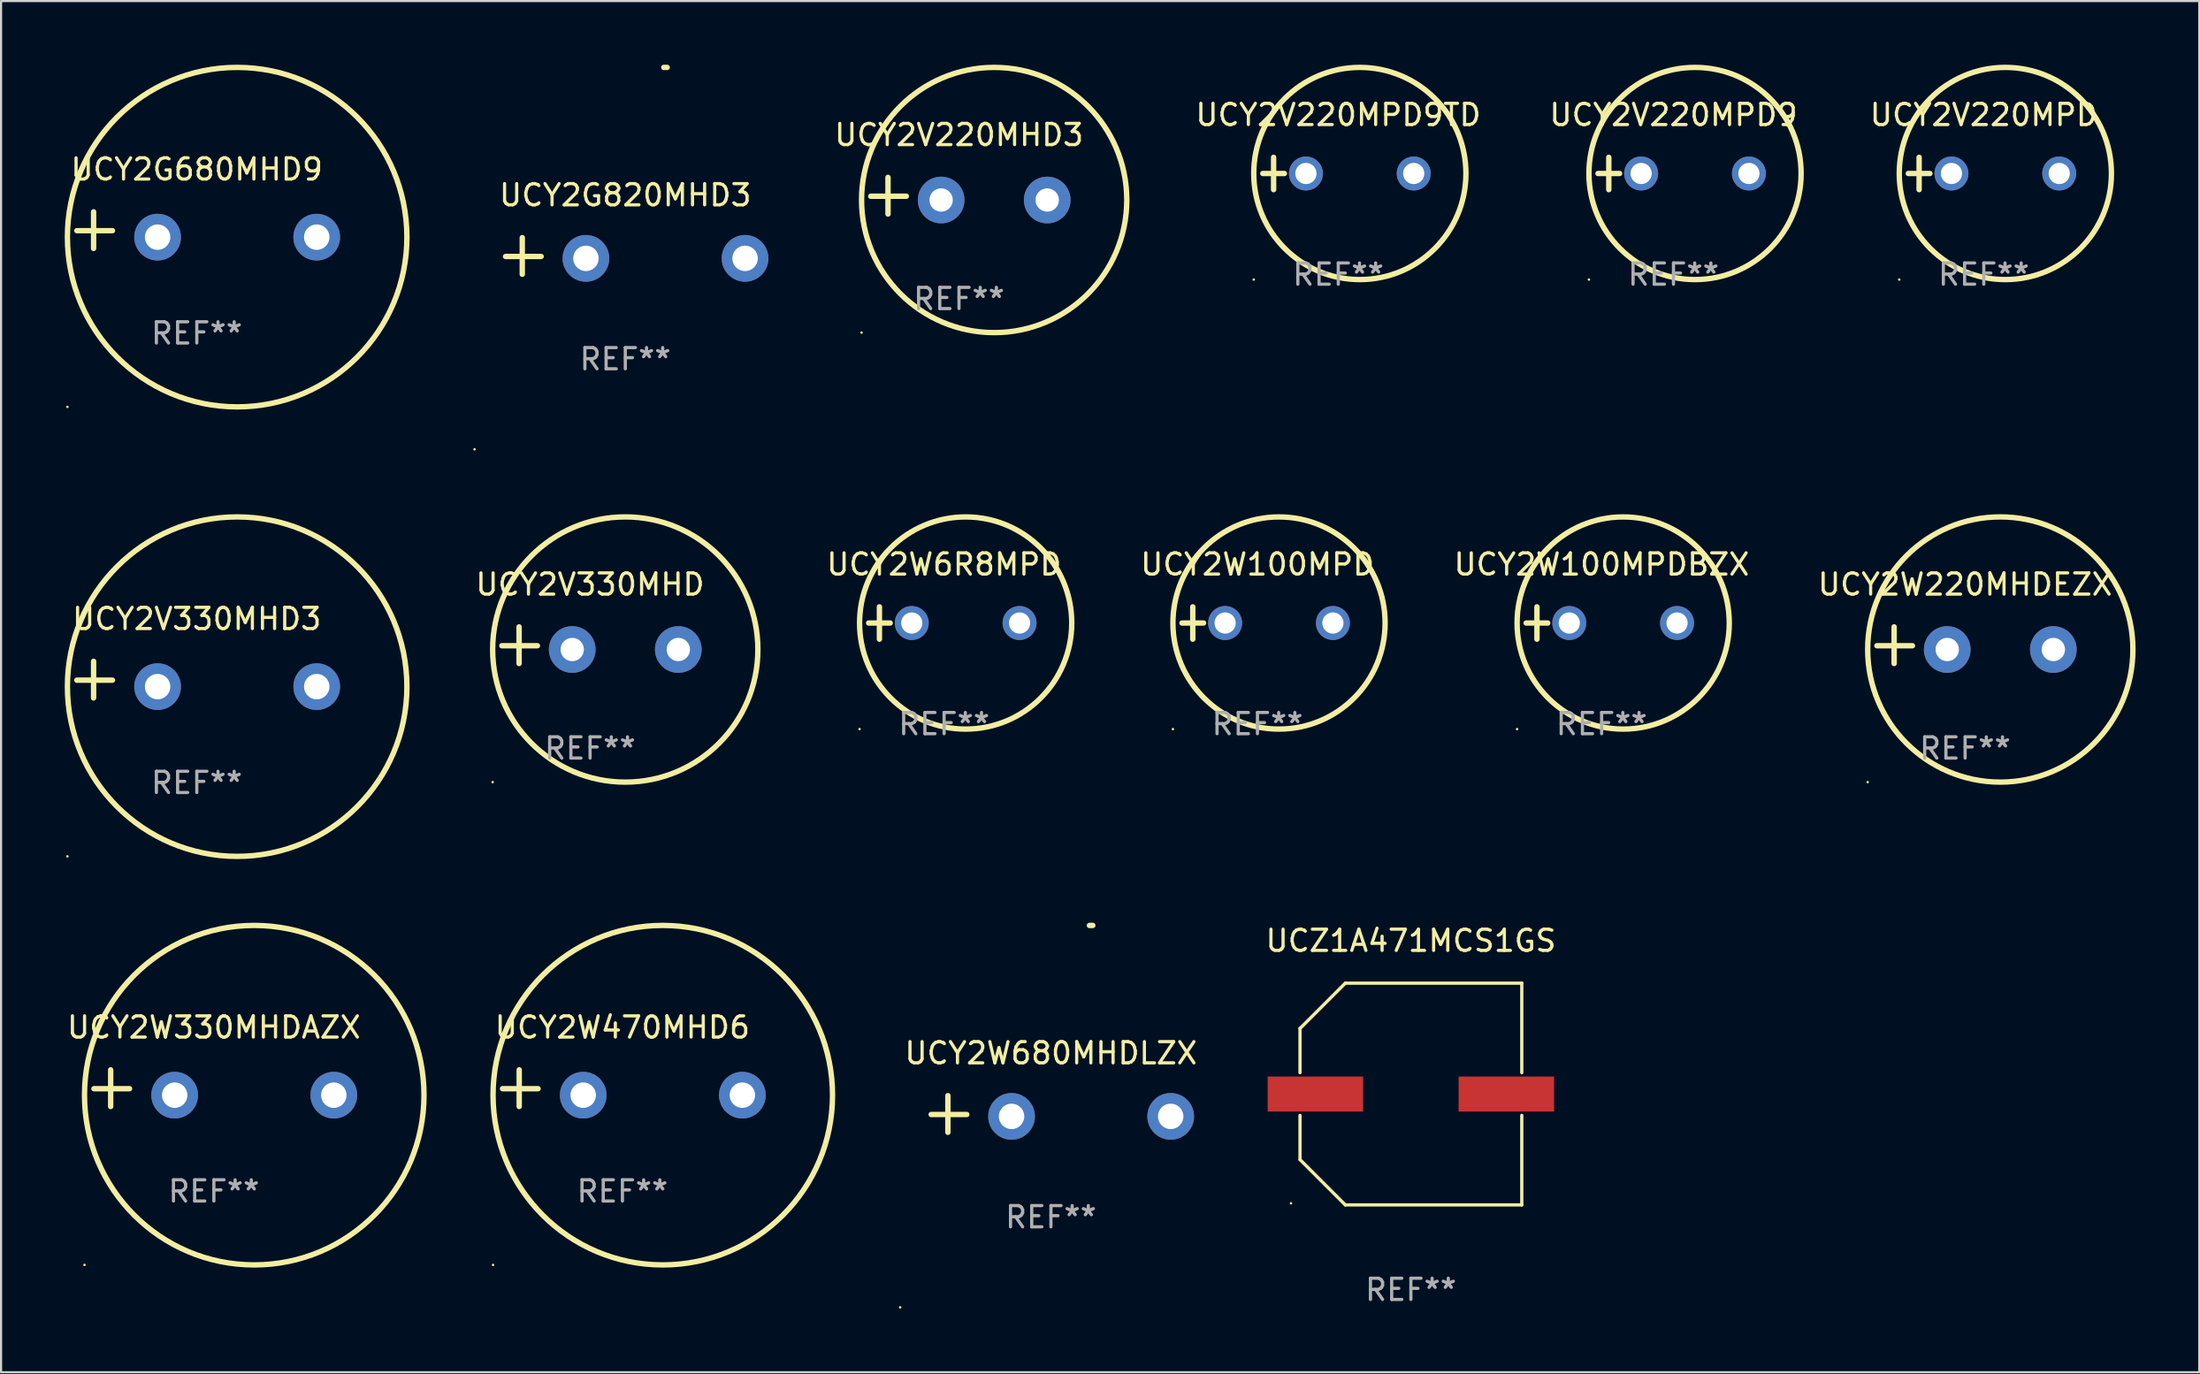
<source format=kicad_pcb>
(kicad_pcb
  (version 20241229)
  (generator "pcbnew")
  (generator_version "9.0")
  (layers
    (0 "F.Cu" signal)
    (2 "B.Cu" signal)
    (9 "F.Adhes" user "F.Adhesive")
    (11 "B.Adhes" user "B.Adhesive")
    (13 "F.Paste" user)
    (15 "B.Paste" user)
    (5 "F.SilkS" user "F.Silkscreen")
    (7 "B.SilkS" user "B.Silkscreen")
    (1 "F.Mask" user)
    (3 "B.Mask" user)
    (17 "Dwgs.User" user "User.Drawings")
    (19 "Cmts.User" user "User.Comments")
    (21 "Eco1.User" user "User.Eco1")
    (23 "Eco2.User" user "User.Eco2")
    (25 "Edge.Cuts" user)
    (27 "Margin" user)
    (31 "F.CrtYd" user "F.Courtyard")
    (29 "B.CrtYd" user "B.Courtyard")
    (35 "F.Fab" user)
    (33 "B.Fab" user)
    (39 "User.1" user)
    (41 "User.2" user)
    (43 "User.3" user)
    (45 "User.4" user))
  (footprint "UCY2W6R8MPD"
    (layer "F.Cu")
    (at 41.444 26.314)
    (property "Reference" "UCY2W6R8MPD" (at 0 -2.762 0) (layer "F.SilkS") (effects (font (size 1 1) (thickness 0.15))))
    (attr through_hole)
    (fp_line (start -3.556 0) (end -2.54 0) (stroke (width 0.254) (type solid)) (layer "F.SilkS"))
    (fp_line (start -3.048 -0.762) (end -3.048 0.762) (stroke (width 0.254) (type solid)) (layer "F.SilkS"))
    (fp_circle (center -3.984 5) (end -3.954 5) (stroke (width 0.06) (type solid)) (fill no) (layer "F.SilkS"))
    (fp_circle (center 1.016 0) (end 6.016 0) (stroke (width 0.254) (type solid)) (fill no) (layer "F.SilkS"))
    (fp_text user "REF**" (at 0 4.762 0) (layer "F.Fab") (effects (font (size 1 1) (thickness 0.15))))
    (pad "1" thru_hole circle (at -1.524 0) (size 1.6 1.6) (drill 1) (layers "*.Cu" "*.Mask"))
    (pad "2" thru_hole circle (at 3.556 0) (size 1.6 1.6) (drill 1) (layers "*.Cu" "*.Mask")))
  (footprint "UCY2G820MHD3"
    (layer "F.Cu")
    (at 26.42 9.013)
    (property "Reference" "UCY2G820MHD3" (at 0 -2.864 0) (layer "F.SilkS") (effects (font (size 1 1) (thickness 0.15))))
    (attr through_hole)
    (fp_line (start -4.856 0.864) (end -4.856 -0.864) (stroke (width 0.254) (type solid)) (layer "F.SilkS"))
    (fp_line (start -3.967 0.025) (end -5.644 0.025) (stroke (width 0.254) (type solid)) (layer "F.SilkS"))
    (fp_arc (start 1.815024 -8.885649) (mid 1.893764 -8.88599) (end 1.972504 -8.885649) (stroke (width 0.254001) (type solid)) (layer "F.SilkS"))
    (fp_circle (center -7.106 9.114) (end -7.076 9.114) (stroke (width 0.06) (type solid)) (fill no) (layer "F.SilkS"))
    (fp_text user "REF**" (at 0 4.864 0) (layer "F.Fab") (effects (font (size 1 1) (thickness 0.15))))
    (pad "1" thru_hole circle (at -1.856 0.114) (size 2.2 2.2) (drill 1.2) (layers "*.Cu" "*.Mask"))
    (pad "2" thru_hole circle (at 5.644 0.114) (size 2.2 2.2) (drill 1.2) (layers "*.Cu" "*.Mask")))
  (footprint "UCY2V220MPD9"
    (layer "F.Cu")
    (at 75.818 5.127)
    (property "Reference" "UCY2V220MPD9" (at 0 -2.762 0) (layer "F.SilkS") (effects (font (size 1 1) (thickness 0.15))))
    (attr through_hole)
    (fp_line (start -3.556 0) (end -2.54 0) (stroke (width 0.254) (type solid)) (layer "F.SilkS"))
    (fp_line (start -3.048 -0.762) (end -3.048 0.762) (stroke (width 0.254) (type solid)) (layer "F.SilkS"))
    (fp_circle (center -3.984 5) (end -3.954 5) (stroke (width 0.06) (type solid)) (fill no) (layer "F.SilkS"))
    (fp_circle (center 1.016 0) (end 6.016 0) (stroke (width 0.254) (type solid)) (fill no) (layer "F.SilkS"))
    (fp_text user "REF**" (at 0 4.762 0) (layer "F.Fab") (effects (font (size 1 1) (thickness 0.15))))
    (pad "1" thru_hole circle (at -1.524 0) (size 1.6 1.6) (drill 1) (layers "*.Cu" "*.Mask"))
    (pad "2" thru_hole circle (at 3.556 0) (size 1.6 1.6) (drill 1) (layers "*.Cu" "*.Mask")))
  (footprint "UCY2V220MPD9TD"
    (layer "F.Cu")
    (at 60.021 5.127)
    (property "Reference" "UCY2V220MPD9TD" (at 0 -2.762 0) (layer "F.SilkS") (effects (font (size 1 1) (thickness 0.15))))
    (attr through_hole)
    (fp_line (start -3.556 0) (end -2.54 0) (stroke (width 0.254) (type solid)) (layer "F.SilkS"))
    (fp_line (start -3.048 -0.762) (end -3.048 0.762) (stroke (width 0.254) (type solid)) (layer "F.SilkS"))
    (fp_circle (center -3.984 5) (end -3.954 5) (stroke (width 0.06) (type solid)) (fill no) (layer "F.SilkS"))
    (fp_circle (center 1.016 0) (end 6.016 0) (stroke (width 0.254) (type solid)) (fill no) (layer "F.SilkS"))
    (fp_text user "REF**" (at 0 4.762 0) (layer "F.Fab") (effects (font (size 1 1) (thickness 0.15))))
    (pad "1" thru_hole circle (at -1.524 0) (size 1.6 1.6) (drill 1) (layers "*.Cu" "*.Mask"))
    (pad "2" thru_hole circle (at 3.556 0) (size 1.6 1.6) (drill 1) (layers "*.Cu" "*.Mask")))
  (footprint "UCY2W100MPD"
    (layer "F.Cu")
    (at 56.212 26.314)
    (property "Reference" "UCY2W100MPD" (at 0 -2.762 0) (layer "F.SilkS") (effects (font (size 1 1) (thickness 0.15))))
    (attr through_hole)
    (fp_line (start -3.556 0) (end -2.54 0) (stroke (width 0.254) (type solid)) (layer "F.SilkS"))
    (fp_line (start -3.048 -0.762) (end -3.048 0.762) (stroke (width 0.254) (type solid)) (layer "F.SilkS"))
    (fp_circle (center -3.984 5) (end -3.954 5) (stroke (width 0.06) (type solid)) (fill no) (layer "F.SilkS"))
    (fp_circle (center 1.016 0) (end 6.016 0) (stroke (width 0.254) (type solid)) (fill no) (layer "F.SilkS"))
    (fp_text user "REF**" (at 0 4.762 0) (layer "F.Fab") (effects (font (size 1 1) (thickness 0.15))))
    (pad "1" thru_hole circle (at -1.524 0) (size 1.6 1.6) (drill 1) (layers "*.Cu" "*.Mask"))
    (pad "2" thru_hole circle (at 3.556 0) (size 1.6 1.6) (drill 1) (layers "*.Cu" "*.Mask")))
  (footprint "UCY2V330MHD3"
    (layer "F.Cu")
    (at 6.225 28.983)
    (property "Reference" "UCY2V330MHD3" (at 0 -2.864 0) (layer "F.SilkS") (effects (font (size 1 1) (thickness 0.15))))
    (attr through_hole)
    (fp_line (start -4.864 0.864) (end -4.864 -0.864) (stroke (width 0.254) (type solid)) (layer "F.SilkS"))
    (fp_line (start -3.975 0.025) (end -5.652 0.025) (stroke (width 0.254) (type solid)) (layer "F.SilkS"))
    (fp_circle (center -6.098 8.33) (end -6.068 8.33) (stroke (width 0.06) (type solid)) (fill no) (layer "F.SilkS"))
    (fp_circle (center 1.902 0.33) (end 9.902 0.33) (stroke (width 0.254) (type solid)) (fill no) (layer "F.SilkS"))
    (fp_text user "REF**" (at 0 4.864 0) (layer "F.Fab") (effects (font (size 1 1) (thickness 0.15))))
    (pad "1" thru_hole circle (at -1.848 0.33) (size 2.2 2.2) (drill 1.2) (layers "*.Cu" "*.Mask"))
    (pad "2" thru_hole circle (at 5.652 0.33) (size 2.2 2.2) (drill 1.2) (layers "*.Cu" "*.Mask")))
  (footprint "UCY2G680MHD9"
    (layer "F.Cu")
    (at 6.225 7.797)
    (property "Reference" "UCY2G680MHD9" (at 0 -2.864 0) (layer "F.SilkS") (effects (font (size 1 1) (thickness 0.15))))
    (attr through_hole)
    (fp_line (start -4.864 0.864) (end -4.864 -0.864) (stroke (width 0.254) (type solid)) (layer "F.SilkS"))
    (fp_line (start -3.975 0.025) (end -5.652 0.025) (stroke (width 0.254) (type solid)) (layer "F.SilkS"))
    (fp_circle (center -6.098 8.33) (end -6.068 8.33) (stroke (width 0.06) (type solid)) (fill no) (layer "F.SilkS"))
    (fp_circle (center 1.902 0.33) (end 9.902 0.33) (stroke (width 0.254) (type solid)) (fill no) (layer "F.SilkS"))
    (fp_text user "REF**" (at 0 4.864 0) (layer "F.Fab") (effects (font (size 1 1) (thickness 0.15))))
    (pad "1" thru_hole circle (at -1.848 0.33) (size 2.2 2.2) (drill 1.2) (layers "*.Cu" "*.Mask"))
    (pad "2" thru_hole circle (at 5.652 0.33) (size 2.2 2.2) (drill 1.2) (layers "*.Cu" "*.Mask")))
  (footprint "UCZ1A471MCS1GS"
    (layer "F.Cu")
    (at 63.443 48.515)
    (property "Reference" "UCZ1A471MCS1GS" (at 0 -7.226 0) (layer "F.SilkS") (effects (font (size 1 1) (thickness 0.15))))
    (attr through_hole)
    (fp_line (start -5.226 -3.09) (end -5.226 -1.005) (stroke (width 0.152) (type solid)) (layer "F.SilkS"))
    (fp_line (start -5.226 1.005) (end -5.226 3.09) (stroke (width 0.152) (type solid)) (layer "F.SilkS"))
    (fp_line (start -3.09 -5.226) (end -5.226 -3.09) (stroke (width 0.152) (type solid)) (layer "F.SilkS"))
    (fp_line (start -3.09 5.226) (end -5.226 3.09) (stroke (width 0.152) (type solid)) (layer "F.SilkS"))
    (fp_line (start 5.226 -5.226) (end -3.09 -5.226) (stroke (width 0.152) (type solid)) (layer "F.SilkS"))
    (fp_line (start 5.226 -1.005) (end 5.226 -5.226) (stroke (width 0.152) (type solid)) (layer "F.SilkS"))
    (fp_line (start 5.226 5.226) (end -3.09 5.226) (stroke (width 0.152) (type solid)) (layer "F.SilkS"))
    (fp_line (start 5.226 5.226) (end 5.226 1.005) (stroke (width 0.152) (type solid)) (layer "F.SilkS"))
    (fp_circle (center -5.65 5.15) (end -5.62 5.15) (stroke (width 0.06) (type solid)) (fill no) (layer "F.SilkS"))
    (fp_text user "REF**" (at 0 9.226 0) (layer "F.Fab") (effects (font (size 1 1) (thickness 0.15))))
    (pad "1" smd rect (at -4.5 0) (size 4.5 1.65) (layers "F.Cu" "F.Mask" "F.Paste"))
    (pad "2" smd rect (at 4.5 0) (size 4.5 1.65) (layers "F.Cu" "F.Mask" "F.Paste")))
  (footprint "UCY2V220MPD"
    (layer "F.Cu")
    (at 90.443 5.127)
    (property "Reference" "UCY2V220MPD" (at 0 -2.762 0) (layer "F.SilkS") (effects (font (size 1 1) (thickness 0.15))))
    (attr through_hole)
    (fp_line (start -3.556 0) (end -2.54 0) (stroke (width 0.254) (type solid)) (layer "F.SilkS"))
    (fp_line (start -3.048 -0.762) (end -3.048 0.762) (stroke (width 0.254) (type solid)) (layer "F.SilkS"))
    (fp_circle (center -3.984 5) (end -3.954 5) (stroke (width 0.06) (type solid)) (fill no) (layer "F.SilkS"))
    (fp_circle (center 1.016 0) (end 6.016 0) (stroke (width 0.254) (type solid)) (fill no) (layer "F.SilkS"))
    (fp_text user "REF**" (at 0 4.762 0) (layer "F.Fab") (effects (font (size 1 1) (thickness 0.15))))
    (pad "1" thru_hole circle (at -1.524 0) (size 1.6 1.6) (drill 1) (layers "*.Cu" "*.Mask"))
    (pad "2" thru_hole circle (at 3.556 0) (size 1.6 1.6) (drill 1) (layers "*.Cu" "*.Mask")))
  (footprint "UCY2W470MHD6"
    (layer "F.Cu")
    (at 26.284 48.238)
    (property "Reference" "UCY2W470MHD6" (at 0 -2.864 0) (layer "F.SilkS") (effects (font (size 1 1) (thickness 0.15))))
    (attr through_hole)
    (fp_line (start -4.864 0.864) (end -4.864 -0.864) (stroke (width 0.254) (type solid)) (layer "F.SilkS"))
    (fp_line (start -3.975 0.025) (end -5.652 0.025) (stroke (width 0.254) (type solid)) (layer "F.SilkS"))
    (fp_circle (center -6.098 8.33) (end -6.068 8.33) (stroke (width 0.06) (type solid)) (fill no) (layer "F.SilkS"))
    (fp_circle (center 1.902 0.33) (end 9.902 0.33) (stroke (width 0.254) (type solid)) (fill no) (layer "F.SilkS"))
    (fp_text user "REF**" (at 0 4.864 0) (layer "F.Fab") (effects (font (size 1 1) (thickness 0.15))))
    (pad "1" thru_hole circle (at -1.848 0.33) (size 2.2 2.2) (drill 1.2) (layers "*.Cu" "*.Mask"))
    (pad "2" thru_hole circle (at 5.652 0.33) (size 2.2 2.2) (drill 1.2) (layers "*.Cu" "*.Mask")))
  (footprint "UCY2W220MHDEZX"
    (layer "F.Cu")
    (at 89.563 27.36)
    (property "Reference" "UCY2W220MHDEZX" (at 0 -2.864 0) (layer "F.SilkS") (effects (font (size 1 1) (thickness 0.15))))
    (attr through_hole)
    (fp_line (start -3.346 0.864) (end -3.346 -0.864) (stroke (width 0.254) (type solid)) (layer "F.SilkS"))
    (fp_line (start -2.482 0.025) (end -4.158 0.025) (stroke (width 0.254) (type solid)) (layer "F.SilkS"))
    (fp_circle (center -4.592 6.453) (end -4.562 6.453) (stroke (width 0.06) (type solid)) (fill no) (layer "F.SilkS"))
    (fp_circle (center 1.658 0.203) (end 7.908 0.203) (stroke (width 0.254) (type solid)) (fill no) (layer "F.SilkS"))
    (fp_text user "REF**" (at 0 4.864 0) (layer "F.Fab") (effects (font (size 1 1) (thickness 0.15))))
    (pad "1" thru_hole circle (at -0.842 0.203) (size 2.2 2.2) (drill 1.1) (layers "*.Cu" "*.Mask"))
    (pad "2" thru_hole circle (at 4.158 0.203) (size 2.2 2.2) (drill 1.1) (layers "*.Cu" "*.Mask")))
  (footprint "UCY2W100MPDBZX"
    (layer "F.Cu")
    (at 72.432 26.314)
    (property "Reference" "UCY2W100MPDBZX" (at 0 -2.762 0) (layer "F.SilkS") (effects (font (size 1 1) (thickness 0.15))))
    (attr through_hole)
    (fp_line (start -3.556 0) (end -2.54 0) (stroke (width 0.254) (type solid)) (layer "F.SilkS"))
    (fp_line (start -3.048 -0.762) (end -3.048 0.762) (stroke (width 0.254) (type solid)) (layer "F.SilkS"))
    (fp_circle (center -3.984 5) (end -3.954 5) (stroke (width 0.06) (type solid)) (fill no) (layer "F.SilkS"))
    (fp_circle (center 1.016 0) (end 6.016 0) (stroke (width 0.254) (type solid)) (fill no) (layer "F.SilkS"))
    (fp_text user "REF**" (at 0 4.762 0) (layer "F.Fab") (effects (font (size 1 1) (thickness 0.15))))
    (pad "1" thru_hole circle (at -1.524 0) (size 1.6 1.6) (drill 1) (layers "*.Cu" "*.Mask"))
    (pad "2" thru_hole circle (at 3.556 0) (size 1.6 1.6) (drill 1) (layers "*.Cu" "*.Mask")))
  (footprint "UCY2V220MHD3"
    (layer "F.Cu")
    (at 42.146 6.174)
    (property "Reference" "UCY2V220MHD3" (at 0 -2.864 0) (layer "F.SilkS") (effects (font (size 1 1) (thickness 0.15))))
    (attr through_hole)
    (fp_line (start -3.346 0.864) (end -3.346 -0.864) (stroke (width 0.254) (type solid)) (layer "F.SilkS"))
    (fp_line (start -2.482 0.025) (end -4.158 0.025) (stroke (width 0.254) (type solid)) (layer "F.SilkS"))
    (fp_circle (center -4.592 6.453) (end -4.562 6.453) (stroke (width 0.06) (type solid)) (fill no) (layer "F.SilkS"))
    (fp_circle (center 1.658 0.203) (end 7.908 0.203) (stroke (width 0.254) (type solid)) (fill no) (layer "F.SilkS"))
    (fp_text user "REF**" (at 0 4.864 0) (layer "F.Fab") (effects (font (size 1 1) (thickness 0.15))))
    (pad "1" thru_hole circle (at -0.842 0.203) (size 2.2 2.2) (drill 1.1) (layers "*.Cu" "*.Mask"))
    (pad "2" thru_hole circle (at 4.158 0.203) (size 2.2 2.2) (drill 1.1) (layers "*.Cu" "*.Mask")))
  (footprint "UCY2V330MHD"
    (layer "F.Cu")
    (at 24.76 27.36)
    (property "Reference" "UCY2V330MHD" (at 0 -2.864 0) (layer "F.SilkS") (effects (font (size 1 1) (thickness 0.15))))
    (attr through_hole)
    (fp_line (start -3.346 0.864) (end -3.346 -0.864) (stroke (width 0.254) (type solid)) (layer "F.SilkS"))
    (fp_line (start -2.482 0.025) (end -4.158 0.025) (stroke (width 0.254) (type solid)) (layer "F.SilkS"))
    (fp_circle (center -4.592 6.453) (end -4.562 6.453) (stroke (width 0.06) (type solid)) (fill no) (layer "F.SilkS"))
    (fp_circle (center 1.658 0.203) (end 7.908 0.203) (stroke (width 0.254) (type solid)) (fill no) (layer "F.SilkS"))
    (fp_text user "REF**" (at 0 4.864 0) (layer "F.Fab") (effects (font (size 1 1) (thickness 0.15))))
    (pad "1" thru_hole circle (at -0.842 0.203) (size 2.2 2.2) (drill 1.1) (layers "*.Cu" "*.Mask"))
    (pad "2" thru_hole circle (at 4.158 0.203) (size 2.2 2.2) (drill 1.1) (layers "*.Cu" "*.Mask")))
  (footprint "UCY2W330MHDAZX"
    (layer "F.Cu")
    (at 7.03 48.238)
    (property "Reference" "UCY2W330MHDAZX" (at 0 -2.864 0) (layer "F.SilkS") (effects (font (size 1 1) (thickness 0.15))))
    (attr through_hole)
    (fp_line (start -4.864 0.864) (end -4.864 -0.864) (stroke (width 0.254) (type solid)) (layer "F.SilkS"))
    (fp_line (start -3.975 0.025) (end -5.652 0.025) (stroke (width 0.254) (type solid)) (layer "F.SilkS"))
    (fp_circle (center -6.098 8.33) (end -6.068 8.33) (stroke (width 0.06) (type solid)) (fill no) (layer "F.SilkS"))
    (fp_circle (center 1.902 0.33) (end 9.902 0.33) (stroke (width 0.254) (type solid)) (fill no) (layer "F.SilkS"))
    (fp_text user "REF**" (at 0 4.864 0) (layer "F.Fab") (effects (font (size 1 1) (thickness 0.15))))
    (pad "1" thru_hole circle (at -1.848 0.33) (size 2.2 2.2) (drill 1.2) (layers "*.Cu" "*.Mask"))
    (pad "2" thru_hole circle (at 5.652 0.33) (size 2.2 2.2) (drill 1.2) (layers "*.Cu" "*.Mask")))
  (footprint "UCY2W680MHDLZX"
    (layer "F.Cu")
    (at 46.479 49.454)
    (property "Reference" "UCY2W680MHDLZX" (at 0 -2.864 0) (layer "F.SilkS") (effects (font (size 1 1) (thickness 0.15))))
    (attr through_hole)
    (fp_line (start -4.856 0.864) (end -4.856 -0.864) (stroke (width 0.254) (type solid)) (layer "F.SilkS"))
    (fp_line (start -3.967 0.025) (end -5.644 0.025) (stroke (width 0.254) (type solid)) (layer "F.SilkS"))
    (fp_arc (start 1.815024 -8.885649) (mid 1.893764 -8.88599) (end 1.972504 -8.885649) (stroke (width 0.254001) (type solid)) (layer "F.SilkS"))
    (fp_circle (center -7.106 9.114) (end -7.076 9.114) (stroke (width 0.06) (type solid)) (fill no) (layer "F.SilkS"))
    (fp_text user "REF**" (at 0 4.864 0) (layer "F.Fab") (effects (font (size 1 1) (thickness 0.15))))
    (pad "1" thru_hole circle (at -1.856 0.114) (size 2.2 2.2) (drill 1.2) (layers "*.Cu" "*.Mask"))
    (pad "2" thru_hole circle (at 5.644 0.114) (size 2.2 2.2) (drill 1.2) (layers "*.Cu" "*.Mask")))
  (gr_rect
    (start -3 -3)
    (end 100.599 61.627)
    (stroke (width 0.1) (type default))
    (fill no)
    (layer "Edge.Cuts")))
</source>
